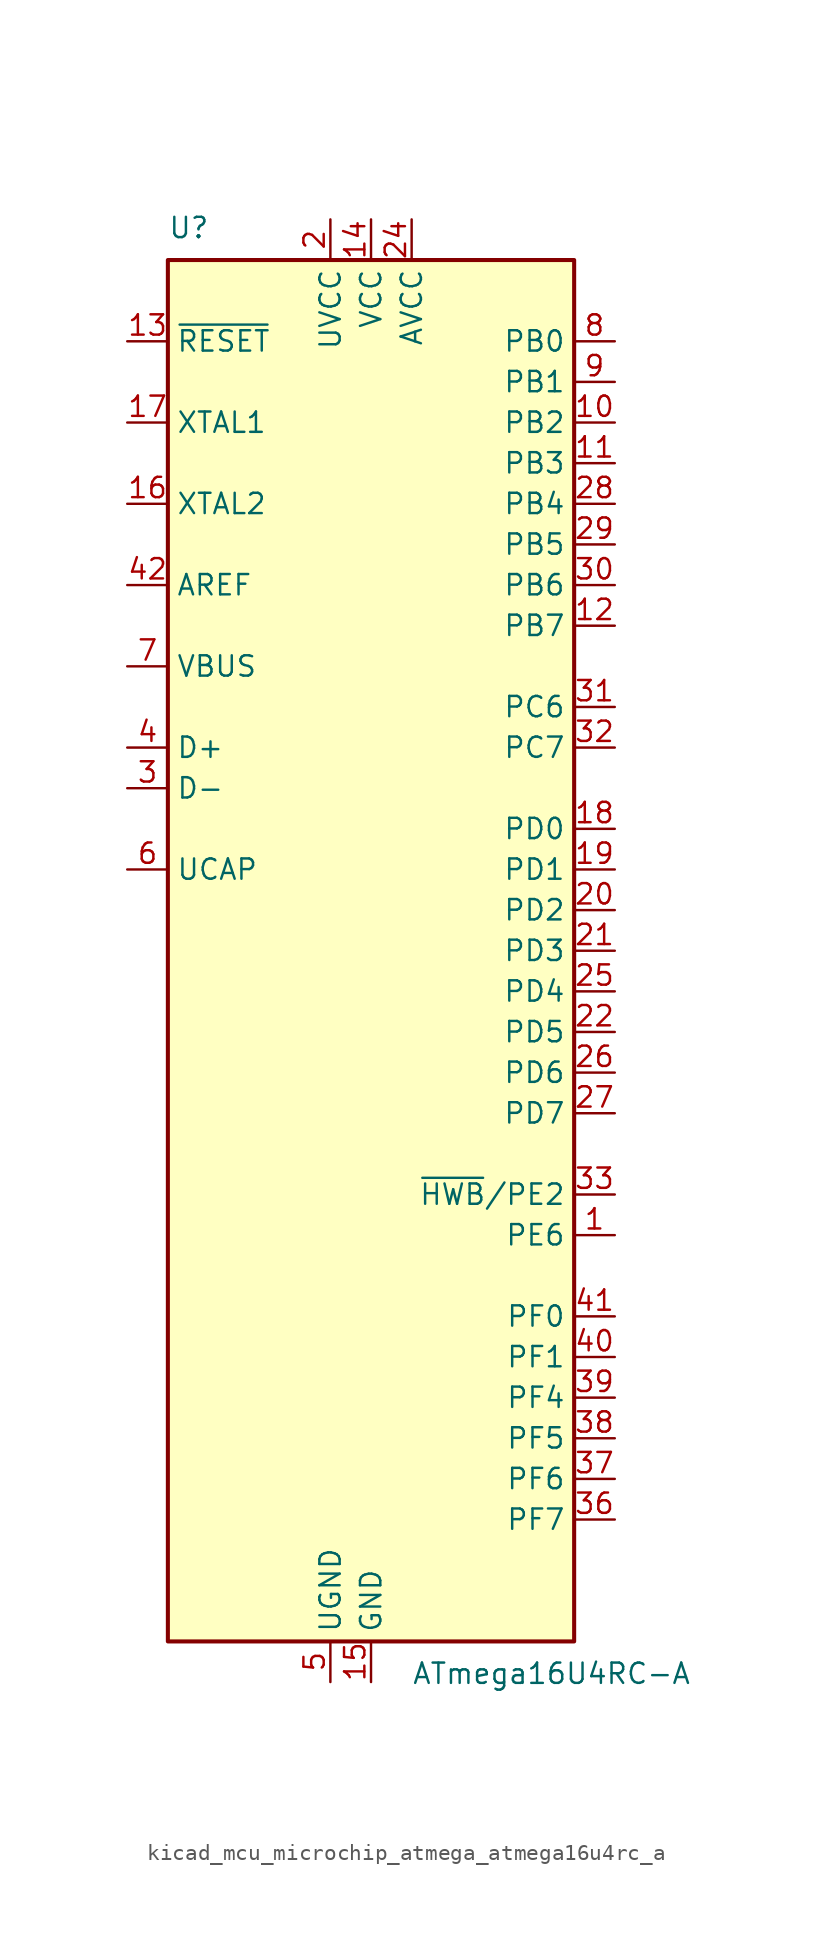
<source format=kicad_sym>
(kicad_symbol_lib
  (version 20220914)
  (generator kicad_symbol_editor)
  (symbol "kicad_mcu_microchip_atmega_atmega16u4rc_a"
    (property "Reference" "U"
      (at -12.7 44.45 0)
      (effects (font (size 1.27 1.27)) (justify left bottom)))
    (property "Value" "ATmega16U4RC-A"
      (at 2.54 -44.45 0)
      (effects (font (size 1.27 1.27)) (justify left top)))
    (symbol "kicad_mcu_microchip_atmega_atmega16u4rc_a_0_1"
      (rectangle (start -12.7 -43.18) (end 12.7 43.18) (stroke (width 0.254) (type default)) (fill (type background))))
    (symbol "kicad_mcu_microchip_atmega_atmega16u4rc_a_1_1"
      (pin bidirectional line (at 15.24 -17.78 180) (length 2.54) (name "PE6" (effects (font (size 1.27 1.27)))) (number "1" (effects (font (size 1.27 1.27)))))
      (pin bidirectional line (at 15.24 33.02 180) (length 2.54) (name "PB2" (effects (font (size 1.27 1.27)))) (number "10" (effects (font (size 1.27 1.27)))))
      (pin bidirectional line (at 15.24 30.48 180) (length 2.54) (name "PB3" (effects (font (size 1.27 1.27)))) (number "11" (effects (font (size 1.27 1.27)))))
      (pin bidirectional line (at 15.24 20.32 180) (length 2.54) (name "PB7" (effects (font (size 1.27 1.27)))) (number "12" (effects (font (size 1.27 1.27)))))
      (pin input line (at -15.24 38.1 0) (length 2.54) (name "~{RESET}" (effects (font (size 1.27 1.27)))) (number "13" (effects (font (size 1.27 1.27)))))
      (pin power_in line (at 0 45.72 270) (length 2.54) (name "VCC" (effects (font (size 1.27 1.27)))) (number "14" (effects (font (size 1.27 1.27)))))
      (pin power_in line (at 0 -45.72 90) (length 2.54) (name "GND" (effects (font (size 1.27 1.27)))) (number "15" (effects (font (size 1.27 1.27)))))
      (pin output line (at -15.24 27.94 0) (length 2.54) (name "XTAL2" (effects (font (size 1.27 1.27)))) (number "16" (effects (font (size 1.27 1.27)))))
      (pin input line (at -15.24 33.02 0) (length 2.54) (name "XTAL1" (effects (font (size 1.27 1.27)))) (number "17" (effects (font (size 1.27 1.27)))))
      (pin bidirectional line (at 15.24 7.62 180) (length 2.54) (name "PD0" (effects (font (size 1.27 1.27)))) (number "18" (effects (font (size 1.27 1.27)))))
      (pin bidirectional line (at 15.24 5.08 180) (length 2.54) (name "PD1" (effects (font (size 1.27 1.27)))) (number "19" (effects (font (size 1.27 1.27)))))
      (pin power_in line (at -2.54 45.72 270) (length 2.54) (name "UVCC" (effects (font (size 1.27 1.27)))) (number "2" (effects (font (size 1.27 1.27)))))
      (pin bidirectional line (at 15.24 2.54 180) (length 2.54) (name "PD2" (effects (font (size 1.27 1.27)))) (number "20" (effects (font (size 1.27 1.27)))))
      (pin bidirectional line (at 15.24 0 180) (length 2.54) (name "PD3" (effects (font (size 1.27 1.27)))) (number "21" (effects (font (size 1.27 1.27)))))
      (pin bidirectional line (at 15.24 -5.08 180) (length 2.54) (name "PD5" (effects (font (size 1.27 1.27)))) (number "22" (effects (font (size 1.27 1.27)))))
      (pin passive line (at 0 -45.72 90) (length 2.54) hide (name "GND" (effects (font (size 1.27 1.27)))) (number "23" (effects (font (size 1.27 1.27)))))
      (pin power_in line (at 2.54 45.72 270) (length 2.54) (name "AVCC" (effects (font (size 1.27 1.27)))) (number "24" (effects (font (size 1.27 1.27)))))
      (pin bidirectional line (at 15.24 -2.54 180) (length 2.54) (name "PD4" (effects (font (size 1.27 1.27)))) (number "25" (effects (font (size 1.27 1.27)))))
      (pin bidirectional line (at 15.24 -7.62 180) (length 2.54) (name "PD6" (effects (font (size 1.27 1.27)))) (number "26" (effects (font (size 1.27 1.27)))))
      (pin bidirectional line (at 15.24 -10.16 180) (length 2.54) (name "PD7" (effects (font (size 1.27 1.27)))) (number "27" (effects (font (size 1.27 1.27)))))
      (pin bidirectional line (at 15.24 27.94 180) (length 2.54) (name "PB4" (effects (font (size 1.27 1.27)))) (number "28" (effects (font (size 1.27 1.27)))))
      (pin bidirectional line (at 15.24 25.4 180) (length 2.54) (name "PB5" (effects (font (size 1.27 1.27)))) (number "29" (effects (font (size 1.27 1.27)))))
      (pin bidirectional line (at -15.24 10.16 0) (length 2.54) (name "D-" (effects (font (size 1.27 1.27)))) (number "3" (effects (font (size 1.27 1.27)))))
      (pin bidirectional line (at 15.24 22.86 180) (length 2.54) (name "PB6" (effects (font (size 1.27 1.27)))) (number "30" (effects (font (size 1.27 1.27)))))
      (pin bidirectional line (at 15.24 15.24 180) (length 2.54) (name "PC6" (effects (font (size 1.27 1.27)))) (number "31" (effects (font (size 1.27 1.27)))))
      (pin bidirectional line (at 15.24 12.7 180) (length 2.54) (name "PC7" (effects (font (size 1.27 1.27)))) (number "32" (effects (font (size 1.27 1.27)))))
      (pin bidirectional line (at 15.24 -15.24 180) (length 2.54) (name "~{HWB}/PE2" (effects (font (size 1.27 1.27)))) (number "33" (effects (font (size 1.27 1.27)))))
      (pin passive line (at 0 45.72 270) (length 2.54) hide (name "VCC" (effects (font (size 1.27 1.27)))) (number "34" (effects (font (size 1.27 1.27)))))
      (pin passive line (at 0 -45.72 90) (length 2.54) hide (name "GND" (effects (font (size 1.27 1.27)))) (number "35" (effects (font (size 1.27 1.27)))))
      (pin bidirectional line (at 15.24 -35.56 180) (length 2.54) (name "PF7" (effects (font (size 1.27 1.27)))) (number "36" (effects (font (size 1.27 1.27)))))
      (pin bidirectional line (at 15.24 -33.02 180) (length 2.54) (name "PF6" (effects (font (size 1.27 1.27)))) (number "37" (effects (font (size 1.27 1.27)))))
      (pin bidirectional line (at 15.24 -30.48 180) (length 2.54) (name "PF5" (effects (font (size 1.27 1.27)))) (number "38" (effects (font (size 1.27 1.27)))))
      (pin bidirectional line (at 15.24 -27.94 180) (length 2.54) (name "PF4" (effects (font (size 1.27 1.27)))) (number "39" (effects (font (size 1.27 1.27)))))
      (pin bidirectional line (at -15.24 12.7 0) (length 2.54) (name "D+" (effects (font (size 1.27 1.27)))) (number "4" (effects (font (size 1.27 1.27)))))
      (pin bidirectional line (at 15.24 -25.4 180) (length 2.54) (name "PF1" (effects (font (size 1.27 1.27)))) (number "40" (effects (font (size 1.27 1.27)))))
      (pin bidirectional line (at 15.24 -22.86 180) (length 2.54) (name "PF0" (effects (font (size 1.27 1.27)))) (number "41" (effects (font (size 1.27 1.27)))))
      (pin passive line (at -15.24 22.86 0) (length 2.54) (name "AREF" (effects (font (size 1.27 1.27)))) (number "42" (effects (font (size 1.27 1.27)))))
      (pin passive line (at 0 -45.72 90) (length 2.54) hide (name "GND" (effects (font (size 1.27 1.27)))) (number "43" (effects (font (size 1.27 1.27)))))
      (pin passive line (at 2.54 45.72 270) (length 2.54) hide (name "AVCC" (effects (font (size 1.27 1.27)))) (number "44" (effects (font (size 1.27 1.27)))))
      (pin passive line (at -2.54 -45.72 90) (length 2.54) (name "UGND" (effects (font (size 1.27 1.27)))) (number "5" (effects (font (size 1.27 1.27)))))
      (pin passive line (at -15.24 5.08 0) (length 2.54) (name "UCAP" (effects (font (size 1.27 1.27)))) (number "6" (effects (font (size 1.27 1.27)))))
      (pin input line (at -15.24 17.78 0) (length 2.54) (name "VBUS" (effects (font (size 1.27 1.27)))) (number "7" (effects (font (size 1.27 1.27)))))
      (pin bidirectional line (at 15.24 38.1 180) (length 2.54) (name "PB0" (effects (font (size 1.27 1.27)))) (number "8" (effects (font (size 1.27 1.27)))))
      (pin bidirectional line (at 15.24 35.56 180) (length 2.54) (name "PB1" (effects (font (size 1.27 1.27)))) (number "9" (effects (font (size 1.27 1.27))))))))
</source>
